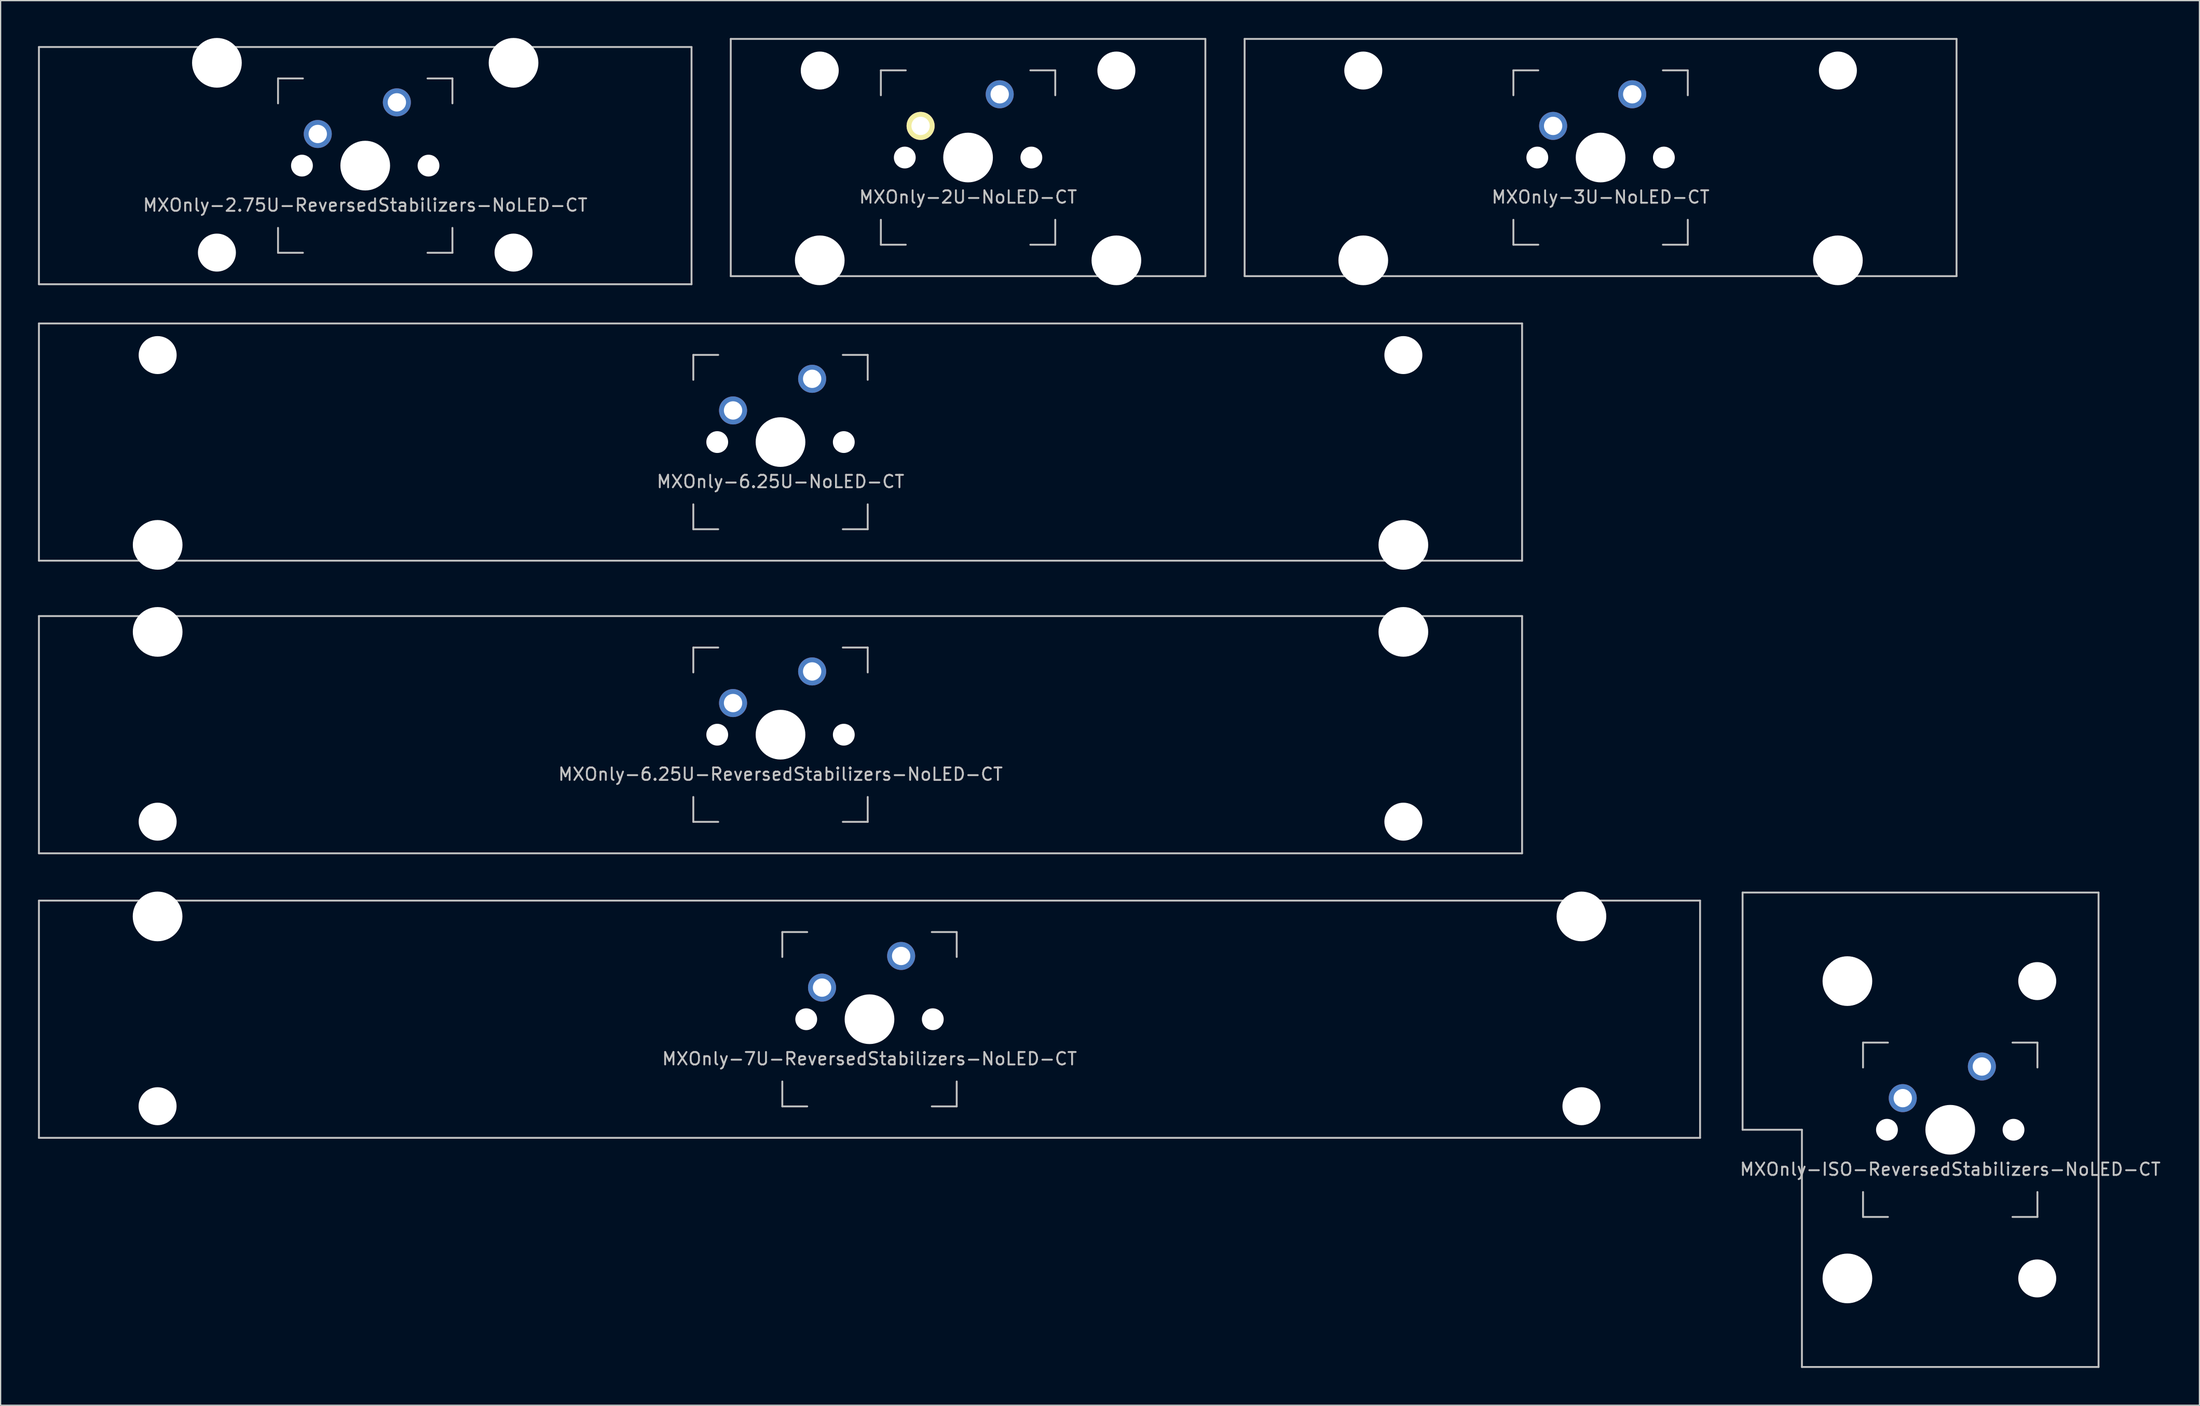
<source format=kicad_pcb>
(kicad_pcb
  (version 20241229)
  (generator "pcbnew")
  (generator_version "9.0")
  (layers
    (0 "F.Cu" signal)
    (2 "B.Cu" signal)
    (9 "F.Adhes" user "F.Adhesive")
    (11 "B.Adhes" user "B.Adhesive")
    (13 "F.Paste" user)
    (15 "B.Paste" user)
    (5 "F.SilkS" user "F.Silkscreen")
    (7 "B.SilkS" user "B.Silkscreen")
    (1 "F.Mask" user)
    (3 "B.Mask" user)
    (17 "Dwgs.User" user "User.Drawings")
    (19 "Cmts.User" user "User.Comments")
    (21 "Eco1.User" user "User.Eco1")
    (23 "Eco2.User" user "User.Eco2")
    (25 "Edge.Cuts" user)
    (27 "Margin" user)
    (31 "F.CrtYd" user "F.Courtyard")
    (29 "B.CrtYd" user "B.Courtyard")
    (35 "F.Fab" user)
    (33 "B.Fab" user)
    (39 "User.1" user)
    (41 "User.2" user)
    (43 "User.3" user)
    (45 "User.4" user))
  (footprint "MXOnly-6.25U-NoLED-CT"
    (layer "F.Cu")
    (at 59.606 32.449)
    (property "Reference" "MXOnly-6.25U-NoLED-CT" (at 0 3.175 0) (layer "Dwgs.User") (effects (font (size 1 1) (thickness 0.15))))
    (attr through_hole)
    (fp_line (start -59.531 -9.525) (end 59.531 -9.525) (stroke (width 0.15) (type solid)) (layer "Dwgs.User"))
    (fp_line (start -59.531 9.525) (end -59.531 -9.525) (stroke (width 0.15) (type solid)) (layer "Dwgs.User"))
    (fp_line (start -59.531 9.525) (end 59.531 9.525) (stroke (width 0.15) (type solid)) (layer "Dwgs.User"))
    (fp_line (start -7 -7) (end -7 -5) (stroke (width 0.15) (type solid)) (layer "Dwgs.User"))
    (fp_line (start -7 5) (end -7 7) (stroke (width 0.15) (type solid)) (layer "Dwgs.User"))
    (fp_line (start -7 7) (end -5 7) (stroke (width 0.15) (type solid)) (layer "Dwgs.User"))
    (fp_line (start -5 -7) (end -7 -7) (stroke (width 0.15) (type solid)) (layer "Dwgs.User"))
    (fp_line (start 5 -7) (end 7 -7) (stroke (width 0.15) (type solid)) (layer "Dwgs.User"))
    (fp_line (start 5 7) (end 7 7) (stroke (width 0.15) (type solid)) (layer "Dwgs.User"))
    (fp_line (start 7 -7) (end 7 -5) (stroke (width 0.15) (type solid)) (layer "Dwgs.User"))
    (fp_line (start 7 7) (end 7 5) (stroke (width 0.15) (type solid)) (layer "Dwgs.User"))
    (fp_line (start 59.531 -9.525) (end 59.531 9.525) (stroke (width 0.15) (type solid)) (layer "Dwgs.User"))
    (pad "" np_thru_hole circle (at -50 -6.985) (size 3.048 3.048) (drill 3.048) (layers "*.Cu" "*.Mask"))
    (pad "" np_thru_hole circle (at -50 8.255) (size 3.988 3.988) (drill 3.988) (layers "*.Cu" "*.Mask"))
    (pad "" np_thru_hole circle (at -5.08 0 48.1) (size 1.75 1.75) (drill 1.75) (layers "*.Cu" "*.Mask"))
    (pad "" np_thru_hole circle (at 0 0) (size 3.988 3.988) (drill 3.988) (layers "*.Cu" "*.Mask"))
    (pad "" np_thru_hole circle (at 5.08 0 48.1) (size 1.75 1.75) (drill 1.75) (layers "*.Cu" "*.Mask"))
    (pad "" np_thru_hole circle (at 50 -6.985) (size 3.048 3.048) (drill 3.048) (layers "*.Cu" "*.Mask"))
    (pad "" np_thru_hole circle (at 50 8.255) (size 3.988 3.988) (drill 3.988) (layers "*.Cu" "*.Mask"))
    (pad "1" thru_hole circle (at -3.81 -2.54) (size 2.25 2.25) (drill 1.47) (layers "*.Cu" "*.Mask"))
    (pad "2" thru_hole circle (at 2.54 -5.08) (size 2.25 2.25) (drill 1.47) (layers "*.Cu" "*.Mask")))
  (footprint "MXOnly-2.75U-ReversedStabilizers-NoLED-CT"
    (layer "F.Cu")
    (at 26.269 10.249)
    (property "Reference" "MXOnly-2.75U-ReversedStabilizers-NoLED-CT" (at 0 3.175 0) (layer "Dwgs.User") (effects (font (size 1 1) (thickness 0.15))))
    (attr through_hole)
    (fp_line (start -26.194 -9.525) (end 26.194 -9.525) (stroke (width 0.15) (type solid)) (layer "Dwgs.User"))
    (fp_line (start -26.194 9.525) (end -26.194 -9.525) (stroke (width 0.15) (type solid)) (layer "Dwgs.User"))
    (fp_line (start -26.194 9.525) (end 26.194 9.525) (stroke (width 0.15) (type solid)) (layer "Dwgs.User"))
    (fp_line (start -7 -7) (end -7 -5) (stroke (width 0.15) (type solid)) (layer "Dwgs.User"))
    (fp_line (start -7 5) (end -7 7) (stroke (width 0.15) (type solid)) (layer "Dwgs.User"))
    (fp_line (start -7 7) (end -5 7) (stroke (width 0.15) (type solid)) (layer "Dwgs.User"))
    (fp_line (start -5 -7) (end -7 -7) (stroke (width 0.15) (type solid)) (layer "Dwgs.User"))
    (fp_line (start 5 -7) (end 7 -7) (stroke (width 0.15) (type solid)) (layer "Dwgs.User"))
    (fp_line (start 5 7) (end 7 7) (stroke (width 0.15) (type solid)) (layer "Dwgs.User"))
    (fp_line (start 7 -7) (end 7 -5) (stroke (width 0.15) (type solid)) (layer "Dwgs.User"))
    (fp_line (start 7 7) (end 7 5) (stroke (width 0.15) (type solid)) (layer "Dwgs.User"))
    (fp_line (start 26.194 -9.525) (end 26.194 9.525) (stroke (width 0.15) (type solid)) (layer "Dwgs.User"))
    (pad "" np_thru_hole circle (at -11.906 -8.255) (size 3.988 3.988) (drill 3.988) (layers "*.Cu" "*.Mask"))
    (pad "" np_thru_hole circle (at -11.906 6.985) (size 3.048 3.048) (drill 3.048) (layers "*.Cu" "*.Mask"))
    (pad "" np_thru_hole circle (at -5.08 0 48.1) (size 1.75 1.75) (drill 1.75) (layers "*.Cu" "*.Mask"))
    (pad "" np_thru_hole circle (at 0 0) (size 3.988 3.988) (drill 3.988) (layers "*.Cu" "*.Mask"))
    (pad "" np_thru_hole circle (at 5.08 0 48.1) (size 1.75 1.75) (drill 1.75) (layers "*.Cu" "*.Mask"))
    (pad "" np_thru_hole circle (at 11.906 -8.255) (size 3.988 3.988) (drill 3.988) (layers "*.Cu" "*.Mask"))
    (pad "" np_thru_hole circle (at 11.906 6.985) (size 3.048 3.048) (drill 3.048) (layers "*.Cu" "*.Mask"))
    (pad "1" thru_hole circle (at -3.81 -2.54) (size 2.25 2.25) (drill 1.47) (layers "*.Cu" "*.Mask"))
    (pad "2" thru_hole circle (at 2.54 -5.08) (size 2.25 2.25) (drill 1.47) (layers "*.Cu" "*.Mask")))
  (footprint "MXOnly-2U-NoLED-CT"
    (layer "F.Cu")
    (at 74.662 9.6)
    (property "Reference" "MXOnly-2U-NoLED-CT" (at 0 3.175 0) (layer "Dwgs.User") (effects (font (size 1 1) (thickness 0.15))))
    (attr through_hole)
    (fp_line (start -19.05 -9.525) (end 19.05 -9.525) (stroke (width 0.15) (type solid)) (layer "Dwgs.User"))
    (fp_line (start -19.05 9.525) (end -19.05 -9.525) (stroke (width 0.15) (type solid)) (layer "Dwgs.User"))
    (fp_line (start -19.05 9.525) (end 19.05 9.525) (stroke (width 0.15) (type solid)) (layer "Dwgs.User"))
    (fp_line (start -7 -7) (end -7 -5) (stroke (width 0.15) (type solid)) (layer "Dwgs.User"))
    (fp_line (start -7 5) (end -7 7) (stroke (width 0.15) (type solid)) (layer "Dwgs.User"))
    (fp_line (start -7 7) (end -5 7) (stroke (width 0.15) (type solid)) (layer "Dwgs.User"))
    (fp_line (start -5 -7) (end -7 -7) (stroke (width 0.15) (type solid)) (layer "Dwgs.User"))
    (fp_line (start 5 -7) (end 7 -7) (stroke (width 0.15) (type solid)) (layer "Dwgs.User"))
    (fp_line (start 5 7) (end 7 7) (stroke (width 0.15) (type solid)) (layer "Dwgs.User"))
    (fp_line (start 7 -7) (end 7 -5) (stroke (width 0.15) (type solid)) (layer "Dwgs.User"))
    (fp_line (start 7 7) (end 7 5) (stroke (width 0.15) (type solid)) (layer "Dwgs.User"))
    (fp_line (start 19.05 -9.525) (end 19.05 9.525) (stroke (width 0.15) (type solid)) (layer "Dwgs.User"))
    (pad "" np_thru_hole circle (at -11.906 -6.985) (size 3.048 3.048) (drill 3.048) (layers "*.Cu" "*.Mask"))
    (pad "" np_thru_hole circle (at -11.906 8.255) (size 3.988 3.988) (drill 3.988) (layers "*.Cu" "*.Mask"))
    (pad "" np_thru_hole circle (at -5.08 0 48.1) (size 1.75 1.75) (drill 1.75) (layers "*.Cu" "*.Mask"))
    (pad "" np_thru_hole circle (at 0 0) (size 3.988 3.988) (drill 3.988) (layers "*.Cu" "*.Mask"))
    (pad "" np_thru_hole circle (at 5.08 0 48.1) (size 1.75 1.75) (drill 1.75) (layers "*.Cu" "*.Mask"))
    (pad "" np_thru_hole circle (at 11.906 -6.985) (size 3.048 3.048) (drill 3.048) (layers "*.Cu" "*.Mask"))
    (pad "" np_thru_hole circle (at 11.906 8.255) (size 3.988 3.988) (drill 3.988) (layers "*.Cu" "*.Mask"))
    (pad "1" thru_hole circle (at -3.81 -2.54) (size 2.25 2.25) (drill 1.47) (layers "*.Cu" "*.Mask" "F.SilkS"))
    (pad "2" thru_hole circle (at 2.54 -5.08) (size 2.25 2.25) (drill 1.47) (layers "*.Cu" "*.Mask")))
  (footprint "MXOnly-ISO-ReversedStabilizers-NoLED-CT"
    (layer "F.Cu")
    (at 153.506 87.672)
    (property "Reference" "MXOnly-ISO-ReversedStabilizers-NoLED-CT" (at 0 3.175 0) (layer "Dwgs.User") (effects (font (size 1 1) (thickness 0.15))))
    (attr through_hole)
    (fp_line (start -16.669 -19.05) (end -16.669 0) (stroke (width 0.15) (type solid)) (layer "Dwgs.User"))
    (fp_line (start -16.669 -19.05) (end 11.906 -19.05) (stroke (width 0.15) (type solid)) (layer "Dwgs.User"))
    (fp_line (start -11.906 0) (end -16.669 0) (stroke (width 0.15) (type solid)) (layer "Dwgs.User"))
    (fp_line (start -11.906 19.05) (end -11.906 0) (stroke (width 0.15) (type solid)) (layer "Dwgs.User"))
    (fp_line (start -11.906 19.05) (end 11.906 19.05) (stroke (width 0.15) (type solid)) (layer "Dwgs.User"))
    (fp_line (start -7 -7) (end -7 -5) (stroke (width 0.15) (type solid)) (layer "Dwgs.User"))
    (fp_line (start -7 5) (end -7 7) (stroke (width 0.15) (type solid)) (layer "Dwgs.User"))
    (fp_line (start -7 7) (end -5 7) (stroke (width 0.15) (type solid)) (layer "Dwgs.User"))
    (fp_line (start -5 -7) (end -7 -7) (stroke (width 0.15) (type solid)) (layer "Dwgs.User"))
    (fp_line (start 5 -7) (end 7 -7) (stroke (width 0.15) (type solid)) (layer "Dwgs.User"))
    (fp_line (start 5 7) (end 7 7) (stroke (width 0.15) (type solid)) (layer "Dwgs.User"))
    (fp_line (start 7 -7) (end 7 -5) (stroke (width 0.15) (type solid)) (layer "Dwgs.User"))
    (fp_line (start 7 7) (end 7 5) (stroke (width 0.15) (type solid)) (layer "Dwgs.User"))
    (fp_line (start 11.906 -19.05) (end 11.906 19.05) (stroke (width 0.15) (type solid)) (layer "Dwgs.User"))
    (pad "" np_thru_hole circle (at -8.255 -11.938) (size 3.988 3.988) (drill 3.988) (layers "*.Cu" "*.Mask"))
    (pad "" np_thru_hole circle (at -8.255 11.938) (size 3.988 3.988) (drill 3.988) (layers "*.Cu" "*.Mask"))
    (pad "" np_thru_hole circle (at -5.08 0 48.1) (size 1.75 1.75) (drill 1.75) (layers "*.Cu" "*.Mask"))
    (pad "" np_thru_hole circle (at 0 0) (size 3.988 3.988) (drill 3.988) (layers "*.Cu" "*.Mask"))
    (pad "" np_thru_hole circle (at 5.08 0 48.1) (size 1.75 1.75) (drill 1.75) (layers "*.Cu" "*.Mask"))
    (pad "" np_thru_hole circle (at 6.985 -11.938) (size 3.048 3.048) (drill 3.048) (layers "*.Cu" "*.Mask"))
    (pad "" np_thru_hole circle (at 6.985 11.938) (size 3.048 3.048) (drill 3.048) (layers "*.Cu" "*.Mask"))
    (pad "1" thru_hole circle (at -3.81 -2.54) (size 2.25 2.25) (drill 1.47) (layers "*.Cu" "*.Mask"))
    (pad "2" thru_hole circle (at 2.54 -5.08) (size 2.25 2.25) (drill 1.47) (layers "*.Cu" "*.Mask")))
  (footprint "MXOnly-7U-ReversedStabilizers-NoLED-CT"
    (layer "F.Cu")
    (at 66.75 78.796)
    (property "Reference" "MXOnly-7U-ReversedStabilizers-NoLED-CT" (at 0 3.175 0) (layer "Dwgs.User") (effects (font (size 1 1) (thickness 0.15))))
    (attr through_hole)
    (fp_line (start -66.675 -9.525) (end 66.675 -9.525) (stroke (width 0.15) (type solid)) (layer "Dwgs.User"))
    (fp_line (start -66.675 9.525) (end -66.675 -9.525) (stroke (width 0.15) (type solid)) (layer "Dwgs.User"))
    (fp_line (start -66.675 9.525) (end 66.675 9.525) (stroke (width 0.15) (type solid)) (layer "Dwgs.User"))
    (fp_line (start -7 -7) (end -7 -5) (stroke (width 0.15) (type solid)) (layer "Dwgs.User"))
    (fp_line (start -7 5) (end -7 7) (stroke (width 0.15) (type solid)) (layer "Dwgs.User"))
    (fp_line (start -7 7) (end -5 7) (stroke (width 0.15) (type solid)) (layer "Dwgs.User"))
    (fp_line (start -5 -7) (end -7 -7) (stroke (width 0.15) (type solid)) (layer "Dwgs.User"))
    (fp_line (start 5 -7) (end 7 -7) (stroke (width 0.15) (type solid)) (layer "Dwgs.User"))
    (fp_line (start 5 7) (end 7 7) (stroke (width 0.15) (type solid)) (layer "Dwgs.User"))
    (fp_line (start 7 -7) (end 7 -5) (stroke (width 0.15) (type solid)) (layer "Dwgs.User"))
    (fp_line (start 7 7) (end 7 5) (stroke (width 0.15) (type solid)) (layer "Dwgs.User"))
    (fp_line (start 66.675 -9.525) (end 66.675 9.525) (stroke (width 0.15) (type solid)) (layer "Dwgs.User"))
    (pad "" np_thru_hole circle (at -57.15 -8.255) (size 3.988 3.988) (drill 3.988) (layers "*.Cu" "*.Mask"))
    (pad "" np_thru_hole circle (at -57.15 6.985) (size 3.048 3.048) (drill 3.048) (layers "*.Cu" "*.Mask"))
    (pad "" np_thru_hole circle (at -5.08 0 48.1) (size 1.75 1.75) (drill 1.75) (layers "*.Cu" "*.Mask"))
    (pad "" np_thru_hole circle (at 0 0) (size 3.988 3.988) (drill 3.988) (layers "*.Cu" "*.Mask"))
    (pad "" np_thru_hole circle (at 5.08 0 48.1) (size 1.75 1.75) (drill 1.75) (layers "*.Cu" "*.Mask"))
    (pad "" np_thru_hole circle (at 57.15 -8.255) (size 3.988 3.988) (drill 3.988) (layers "*.Cu" "*.Mask"))
    (pad "" np_thru_hole circle (at 57.15 6.985) (size 3.048 3.048) (drill 3.048) (layers "*.Cu" "*.Mask"))
    (pad "1" thru_hole circle (at -3.81 -2.54) (size 2.25 2.25) (drill 1.47) (layers "*.Cu" "*.Mask"))
    (pad "2" thru_hole circle (at 2.54 -5.08) (size 2.25 2.25) (drill 1.47) (layers "*.Cu" "*.Mask")))
  (footprint "MXOnly-3U-NoLED-CT"
    (layer "F.Cu")
    (at 125.438 9.6)
    (property "Reference" "MXOnly-3U-NoLED-CT" (at 0 3.175 0) (layer "Dwgs.User") (effects (font (size 1 1) (thickness 0.15))))
    (attr through_hole)
    (fp_line (start -28.575 -9.525) (end 28.575 -9.525) (stroke (width 0.15) (type solid)) (layer "Dwgs.User"))
    (fp_line (start -28.575 9.525) (end -28.575 -9.525) (stroke (width 0.15) (type solid)) (layer "Dwgs.User"))
    (fp_line (start -28.575 9.525) (end 28.575 9.525) (stroke (width 0.15) (type solid)) (layer "Dwgs.User"))
    (fp_line (start -7 -7) (end -7 -5) (stroke (width 0.15) (type solid)) (layer "Dwgs.User"))
    (fp_line (start -7 5) (end -7 7) (stroke (width 0.15) (type solid)) (layer "Dwgs.User"))
    (fp_line (start -7 7) (end -5 7) (stroke (width 0.15) (type solid)) (layer "Dwgs.User"))
    (fp_line (start -5 -7) (end -7 -7) (stroke (width 0.15) (type solid)) (layer "Dwgs.User"))
    (fp_line (start 5 -7) (end 7 -7) (stroke (width 0.15) (type solid)) (layer "Dwgs.User"))
    (fp_line (start 5 7) (end 7 7) (stroke (width 0.15) (type solid)) (layer "Dwgs.User"))
    (fp_line (start 7 -7) (end 7 -5) (stroke (width 0.15) (type solid)) (layer "Dwgs.User"))
    (fp_line (start 7 7) (end 7 5) (stroke (width 0.15) (type solid)) (layer "Dwgs.User"))
    (fp_line (start 28.575 -9.525) (end 28.575 9.525) (stroke (width 0.15) (type solid)) (layer "Dwgs.User"))
    (pad "" np_thru_hole circle (at -19.05 -6.985) (size 3.048 3.048) (drill 3.048) (layers "*.Cu" "*.Mask"))
    (pad "" np_thru_hole circle (at -19.05 8.255) (size 3.988 3.988) (drill 3.988) (layers "*.Cu" "*.Mask"))
    (pad "" np_thru_hole circle (at -5.08 0 48.1) (size 1.75 1.75) (drill 1.75) (layers "*.Cu" "*.Mask"))
    (pad "" np_thru_hole circle (at 0 0) (size 3.988 3.988) (drill 3.988) (layers "*.Cu" "*.Mask"))
    (pad "" np_thru_hole circle (at 5.08 0 48.1) (size 1.75 1.75) (drill 1.75) (layers "*.Cu" "*.Mask"))
    (pad "" np_thru_hole circle (at 19.05 -6.985) (size 3.048 3.048) (drill 3.048) (layers "*.Cu" "*.Mask"))
    (pad "" np_thru_hole circle (at 19.05 8.255) (size 3.988 3.988) (drill 3.988) (layers "*.Cu" "*.Mask"))
    (pad "1" thru_hole circle (at -3.81 -2.54 48.1) (size 2.25 2.25) (drill 1.47) (layers "*.Cu" "*.Mask"))
    (pad "2" thru_hole circle (at 2.54 -5.08) (size 2.25 2.25) (drill 1.47) (layers "*.Cu" "*.Mask")))
  (footprint "MXOnly-6.25U-ReversedStabilizers-NoLED-CT"
    (layer "F.Cu")
    (at 59.606 55.947)
    (property "Reference" "MXOnly-6.25U-ReversedStabilizers-NoLED-CT" (at 0 3.175 0) (layer "Dwgs.User") (effects (font (size 1 1) (thickness 0.15))))
    (attr through_hole)
    (fp_line (start -59.531 -9.525) (end 59.531 -9.525) (stroke (width 0.15) (type solid)) (layer "Dwgs.User"))
    (fp_line (start -59.531 9.525) (end -59.531 -9.525) (stroke (width 0.15) (type solid)) (layer "Dwgs.User"))
    (fp_line (start -59.531 9.525) (end 59.531 9.525) (stroke (width 0.15) (type solid)) (layer "Dwgs.User"))
    (fp_line (start -7 -7) (end -7 -5) (stroke (width 0.15) (type solid)) (layer "Dwgs.User"))
    (fp_line (start -7 5) (end -7 7) (stroke (width 0.15) (type solid)) (layer "Dwgs.User"))
    (fp_line (start -7 7) (end -5 7) (stroke (width 0.15) (type solid)) (layer "Dwgs.User"))
    (fp_line (start -5 -7) (end -7 -7) (stroke (width 0.15) (type solid)) (layer "Dwgs.User"))
    (fp_line (start 5 -7) (end 7 -7) (stroke (width 0.15) (type solid)) (layer "Dwgs.User"))
    (fp_line (start 5 7) (end 7 7) (stroke (width 0.15) (type solid)) (layer "Dwgs.User"))
    (fp_line (start 7 -7) (end 7 -5) (stroke (width 0.15) (type solid)) (layer "Dwgs.User"))
    (fp_line (start 7 7) (end 7 5) (stroke (width 0.15) (type solid)) (layer "Dwgs.User"))
    (fp_line (start 59.531 -9.525) (end 59.531 9.525) (stroke (width 0.15) (type solid)) (layer "Dwgs.User"))
    (pad "" np_thru_hole circle (at -50 -8.255) (size 3.988 3.988) (drill 3.988) (layers "*.Cu" "*.Mask"))
    (pad "" np_thru_hole circle (at -50 6.985) (size 3.048 3.048) (drill 3.048) (layers "*.Cu" "*.Mask"))
    (pad "" np_thru_hole circle (at -5.08 0 48.1) (size 1.75 1.75) (drill 1.75) (layers "*.Cu" "*.Mask"))
    (pad "" np_thru_hole circle (at 0 0) (size 3.988 3.988) (drill 3.988) (layers "*.Cu" "*.Mask"))
    (pad "" np_thru_hole circle (at 5.08 0 48.1) (size 1.75 1.75) (drill 1.75) (layers "*.Cu" "*.Mask"))
    (pad "" np_thru_hole circle (at 50 -8.255) (size 3.988 3.988) (drill 3.988) (layers "*.Cu" "*.Mask"))
    (pad "" np_thru_hole circle (at 50 6.985) (size 3.048 3.048) (drill 3.048) (layers "*.Cu" "*.Mask"))
    (pad "1" thru_hole circle (at -3.81 -2.54) (size 2.25 2.25) (drill 1.47) (layers "*.Cu" "*.Mask"))
    (pad "2" thru_hole circle (at 2.54 -5.08) (size 2.25 2.25) (drill 1.47) (layers "*.Cu" "*.Mask")))
  (gr_rect
    (start -3 -3)
    (end 173.512 109.797)
    (stroke (width 0.1) (type default))
    (fill no)
    (layer "Edge.Cuts")))
</source>
